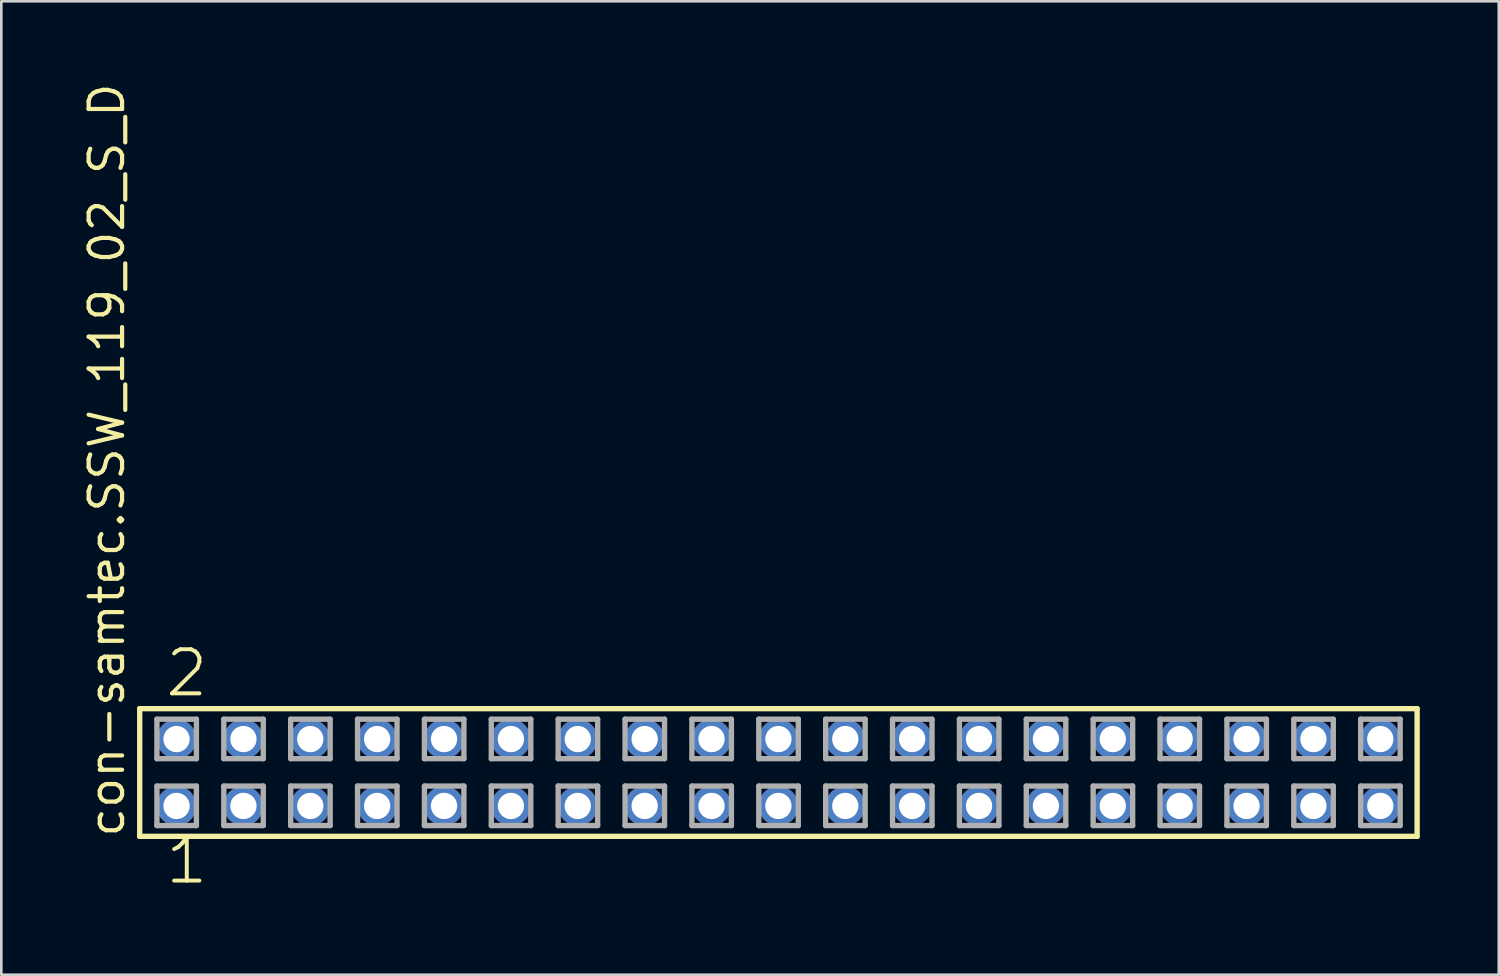
<source format=kicad_pcb>
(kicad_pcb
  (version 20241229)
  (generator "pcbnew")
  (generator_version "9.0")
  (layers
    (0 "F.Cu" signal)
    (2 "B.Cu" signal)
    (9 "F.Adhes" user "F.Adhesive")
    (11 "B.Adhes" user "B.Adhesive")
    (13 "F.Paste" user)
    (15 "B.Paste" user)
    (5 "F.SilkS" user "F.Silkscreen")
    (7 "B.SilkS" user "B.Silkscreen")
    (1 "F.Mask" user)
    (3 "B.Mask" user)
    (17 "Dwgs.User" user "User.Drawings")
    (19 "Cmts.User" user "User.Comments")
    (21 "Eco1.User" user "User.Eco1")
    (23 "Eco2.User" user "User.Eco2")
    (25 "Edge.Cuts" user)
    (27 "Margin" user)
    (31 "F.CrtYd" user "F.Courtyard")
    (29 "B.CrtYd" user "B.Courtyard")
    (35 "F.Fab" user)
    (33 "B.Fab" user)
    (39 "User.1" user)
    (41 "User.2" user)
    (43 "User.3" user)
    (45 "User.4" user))
  (footprint "con-samtec.SSW_119_02_S_D"
    (layer "F.Cu")
    (at 26.515 26.291)
    (property "Reference" "con-samtec.SSW_119_02_S_D" (at -24.765 2.54 90) (layer "F.SilkS") (effects (font (size 1.27 1.27) (thickness 0.16)) (justify left bottom)))
    (attr through_hole)
    (fp_line (start -24.259 -2.425) (end 24.259 -2.425) (stroke (width 0.203) (type default)) (layer "F.SilkS"))
    (fp_line (start -24.259 2.425) (end -24.259 -2.425) (stroke (width 0.203) (type default)) (layer "F.SilkS"))
    (fp_line (start 24.259 -2.425) (end 24.259 2.425) (stroke (width 0.203) (type default)) (layer "F.SilkS"))
    (fp_line (start 24.259 2.425) (end -24.259 2.425) (stroke (width 0.203) (type default)) (layer "F.SilkS"))
    (fp_line (start -23.605 -2.025) (end -22.105 -2.025) (stroke (width 0.203) (type default)) (layer "F.Fab"))
    (fp_line (start -23.605 -0.525) (end -23.605 -2.025) (stroke (width 0.203) (type default)) (layer "F.Fab"))
    (fp_line (start -23.605 0.515) (end -22.105 0.515) (stroke (width 0.203) (type default)) (layer "F.Fab"))
    (fp_line (start -23.605 2.015) (end -23.605 0.515) (stroke (width 0.203) (type default)) (layer "F.Fab"))
    (fp_line (start -22.105 -2.025) (end -22.105 -0.525) (stroke (width 0.203) (type default)) (layer "F.Fab"))
    (fp_line (start -22.105 -0.525) (end -23.605 -0.525) (stroke (width 0.203) (type default)) (layer "F.Fab"))
    (fp_line (start -22.105 0.515) (end -22.105 2.015) (stroke (width 0.203) (type default)) (layer "F.Fab"))
    (fp_line (start -22.105 2.015) (end -23.605 2.015) (stroke (width 0.203) (type default)) (layer "F.Fab"))
    (fp_line (start -21.065 -2.025) (end -19.565 -2.025) (stroke (width 0.203) (type default)) (layer "F.Fab"))
    (fp_line (start -21.065 -0.525) (end -21.065 -2.025) (stroke (width 0.203) (type default)) (layer "F.Fab"))
    (fp_line (start -21.065 0.515) (end -19.565 0.515) (stroke (width 0.203) (type default)) (layer "F.Fab"))
    (fp_line (start -21.065 2.015) (end -21.065 0.515) (stroke (width 0.203) (type default)) (layer "F.Fab"))
    (fp_line (start -19.565 -2.025) (end -19.565 -0.525) (stroke (width 0.203) (type default)) (layer "F.Fab"))
    (fp_line (start -19.565 -0.525) (end -21.065 -0.525) (stroke (width 0.203) (type default)) (layer "F.Fab"))
    (fp_line (start -19.565 0.515) (end -19.565 2.015) (stroke (width 0.203) (type default)) (layer "F.Fab"))
    (fp_line (start -19.565 2.015) (end -21.065 2.015) (stroke (width 0.203) (type default)) (layer "F.Fab"))
    (fp_line (start -18.525 -2.025) (end -17.025 -2.025) (stroke (width 0.203) (type default)) (layer "F.Fab"))
    (fp_line (start -18.525 -0.525) (end -18.525 -2.025) (stroke (width 0.203) (type default)) (layer "F.Fab"))
    (fp_line (start -18.525 0.515) (end -17.025 0.515) (stroke (width 0.203) (type default)) (layer "F.Fab"))
    (fp_line (start -18.525 2.015) (end -18.525 0.515) (stroke (width 0.203) (type default)) (layer "F.Fab"))
    (fp_line (start -17.025 -2.025) (end -17.025 -0.525) (stroke (width 0.203) (type default)) (layer "F.Fab"))
    (fp_line (start -17.025 -0.525) (end -18.525 -0.525) (stroke (width 0.203) (type default)) (layer "F.Fab"))
    (fp_line (start -17.025 0.515) (end -17.025 2.015) (stroke (width 0.203) (type default)) (layer "F.Fab"))
    (fp_line (start -17.025 2.015) (end -18.525 2.015) (stroke (width 0.203) (type default)) (layer "F.Fab"))
    (fp_line (start -15.985 -2.025) (end -14.485 -2.025) (stroke (width 0.203) (type default)) (layer "F.Fab"))
    (fp_line (start -15.985 -0.525) (end -15.985 -2.025) (stroke (width 0.203) (type default)) (layer "F.Fab"))
    (fp_line (start -15.985 0.515) (end -14.485 0.515) (stroke (width 0.203) (type default)) (layer "F.Fab"))
    (fp_line (start -15.985 2.015) (end -15.985 0.515) (stroke (width 0.203) (type default)) (layer "F.Fab"))
    (fp_line (start -14.485 -2.025) (end -14.485 -0.525) (stroke (width 0.203) (type default)) (layer "F.Fab"))
    (fp_line (start -14.485 -0.525) (end -15.985 -0.525) (stroke (width 0.203) (type default)) (layer "F.Fab"))
    (fp_line (start -14.485 0.515) (end -14.485 2.015) (stroke (width 0.203) (type default)) (layer "F.Fab"))
    (fp_line (start -14.485 2.015) (end -15.985 2.015) (stroke (width 0.203) (type default)) (layer "F.Fab"))
    (fp_line (start -13.445 -2.025) (end -11.945 -2.025) (stroke (width 0.203) (type default)) (layer "F.Fab"))
    (fp_line (start -13.445 -0.525) (end -13.445 -2.025) (stroke (width 0.203) (type default)) (layer "F.Fab"))
    (fp_line (start -13.445 0.515) (end -11.945 0.515) (stroke (width 0.203) (type default)) (layer "F.Fab"))
    (fp_line (start -13.445 2.015) (end -13.445 0.515) (stroke (width 0.203) (type default)) (layer "F.Fab"))
    (fp_line (start -11.945 -2.025) (end -11.945 -0.525) (stroke (width 0.203) (type default)) (layer "F.Fab"))
    (fp_line (start -11.945 -0.525) (end -13.445 -0.525) (stroke (width 0.203) (type default)) (layer "F.Fab"))
    (fp_line (start -11.945 0.515) (end -11.945 2.015) (stroke (width 0.203) (type default)) (layer "F.Fab"))
    (fp_line (start -11.945 2.015) (end -13.445 2.015) (stroke (width 0.203) (type default)) (layer "F.Fab"))
    (fp_line (start -10.905 -2.025) (end -9.405 -2.025) (stroke (width 0.203) (type default)) (layer "F.Fab"))
    (fp_line (start -10.905 -0.525) (end -10.905 -2.025) (stroke (width 0.203) (type default)) (layer "F.Fab"))
    (fp_line (start -10.905 0.515) (end -9.405 0.515) (stroke (width 0.203) (type default)) (layer "F.Fab"))
    (fp_line (start -10.905 2.015) (end -10.905 0.515) (stroke (width 0.203) (type default)) (layer "F.Fab"))
    (fp_line (start -9.405 -2.025) (end -9.405 -0.525) (stroke (width 0.203) (type default)) (layer "F.Fab"))
    (fp_line (start -9.405 -0.525) (end -10.905 -0.525) (stroke (width 0.203) (type default)) (layer "F.Fab"))
    (fp_line (start -9.405 0.515) (end -9.405 2.015) (stroke (width 0.203) (type default)) (layer "F.Fab"))
    (fp_line (start -9.405 2.015) (end -10.905 2.015) (stroke (width 0.203) (type default)) (layer "F.Fab"))
    (fp_line (start -8.365 -2.025) (end -6.865 -2.025) (stroke (width 0.203) (type default)) (layer "F.Fab"))
    (fp_line (start -8.365 -0.525) (end -8.365 -2.025) (stroke (width 0.203) (type default)) (layer "F.Fab"))
    (fp_line (start -8.365 0.515) (end -6.865 0.515) (stroke (width 0.203) (type default)) (layer "F.Fab"))
    (fp_line (start -8.365 2.015) (end -8.365 0.515) (stroke (width 0.203) (type default)) (layer "F.Fab"))
    (fp_line (start -6.865 -2.025) (end -6.865 -0.525) (stroke (width 0.203) (type default)) (layer "F.Fab"))
    (fp_line (start -6.865 -0.525) (end -8.365 -0.525) (stroke (width 0.203) (type default)) (layer "F.Fab"))
    (fp_line (start -6.865 0.515) (end -6.865 2.015) (stroke (width 0.203) (type default)) (layer "F.Fab"))
    (fp_line (start -6.865 2.015) (end -8.365 2.015) (stroke (width 0.203) (type default)) (layer "F.Fab"))
    (fp_line (start -5.825 -2.025) (end -4.325 -2.025) (stroke (width 0.203) (type default)) (layer "F.Fab"))
    (fp_line (start -5.825 -0.525) (end -5.825 -2.025) (stroke (width 0.203) (type default)) (layer "F.Fab"))
    (fp_line (start -5.825 0.515) (end -4.325 0.515) (stroke (width 0.203) (type default)) (layer "F.Fab"))
    (fp_line (start -5.825 2.015) (end -5.825 0.515) (stroke (width 0.203) (type default)) (layer "F.Fab"))
    (fp_line (start -4.325 -2.025) (end -4.325 -0.525) (stroke (width 0.203) (type default)) (layer "F.Fab"))
    (fp_line (start -4.325 -0.525) (end -5.825 -0.525) (stroke (width 0.203) (type default)) (layer "F.Fab"))
    (fp_line (start -4.325 0.515) (end -4.325 2.015) (stroke (width 0.203) (type default)) (layer "F.Fab"))
    (fp_line (start -4.325 2.015) (end -5.825 2.015) (stroke (width 0.203) (type default)) (layer "F.Fab"))
    (fp_line (start -3.285 -2.025) (end -1.785 -2.025) (stroke (width 0.203) (type default)) (layer "F.Fab"))
    (fp_line (start -3.285 -0.525) (end -3.285 -2.025) (stroke (width 0.203) (type default)) (layer "F.Fab"))
    (fp_line (start -3.285 0.515) (end -1.785 0.515) (stroke (width 0.203) (type default)) (layer "F.Fab"))
    (fp_line (start -3.285 2.015) (end -3.285 0.515) (stroke (width 0.203) (type default)) (layer "F.Fab"))
    (fp_line (start -1.785 -2.025) (end -1.785 -0.525) (stroke (width 0.203) (type default)) (layer "F.Fab"))
    (fp_line (start -1.785 -0.525) (end -3.285 -0.525) (stroke (width 0.203) (type default)) (layer "F.Fab"))
    (fp_line (start -1.785 0.515) (end -1.785 2.015) (stroke (width 0.203) (type default)) (layer "F.Fab"))
    (fp_line (start -1.785 2.015) (end -3.285 2.015) (stroke (width 0.203) (type default)) (layer "F.Fab"))
    (fp_line (start -0.745 -2.025) (end 0.755 -2.025) (stroke (width 0.203) (type default)) (layer "F.Fab"))
    (fp_line (start -0.745 -0.525) (end -0.745 -2.025) (stroke (width 0.203) (type default)) (layer "F.Fab"))
    (fp_line (start -0.745 0.515) (end 0.755 0.515) (stroke (width 0.203) (type default)) (layer "F.Fab"))
    (fp_line (start -0.745 2.015) (end -0.745 0.515) (stroke (width 0.203) (type default)) (layer "F.Fab"))
    (fp_line (start 0.755 -2.025) (end 0.755 -0.525) (stroke (width 0.203) (type default)) (layer "F.Fab"))
    (fp_line (start 0.755 -0.525) (end -0.745 -0.525) (stroke (width 0.203) (type default)) (layer "F.Fab"))
    (fp_line (start 0.755 0.515) (end 0.755 2.015) (stroke (width 0.203) (type default)) (layer "F.Fab"))
    (fp_line (start 0.755 2.015) (end -0.745 2.015) (stroke (width 0.203) (type default)) (layer "F.Fab"))
    (fp_line (start 1.795 -2.025) (end 3.295 -2.025) (stroke (width 0.203) (type default)) (layer "F.Fab"))
    (fp_line (start 1.795 -0.525) (end 1.795 -2.025) (stroke (width 0.203) (type default)) (layer "F.Fab"))
    (fp_line (start 1.795 0.515) (end 3.295 0.515) (stroke (width 0.203) (type default)) (layer "F.Fab"))
    (fp_line (start 1.795 2.015) (end 1.795 0.515) (stroke (width 0.203) (type default)) (layer "F.Fab"))
    (fp_line (start 3.295 -2.025) (end 3.295 -0.525) (stroke (width 0.203) (type default)) (layer "F.Fab"))
    (fp_line (start 3.295 -0.525) (end 1.795 -0.525) (stroke (width 0.203) (type default)) (layer "F.Fab"))
    (fp_line (start 3.295 0.515) (end 3.295 2.015) (stroke (width 0.203) (type default)) (layer "F.Fab"))
    (fp_line (start 3.295 2.015) (end 1.795 2.015) (stroke (width 0.203) (type default)) (layer "F.Fab"))
    (fp_line (start 4.335 -2.025) (end 5.835 -2.025) (stroke (width 0.203) (type default)) (layer "F.Fab"))
    (fp_line (start 4.335 -0.525) (end 4.335 -2.025) (stroke (width 0.203) (type default)) (layer "F.Fab"))
    (fp_line (start 4.335 0.515) (end 5.835 0.515) (stroke (width 0.203) (type default)) (layer "F.Fab"))
    (fp_line (start 4.335 2.015) (end 4.335 0.515) (stroke (width 0.203) (type default)) (layer "F.Fab"))
    (fp_line (start 5.835 -2.025) (end 5.835 -0.525) (stroke (width 0.203) (type default)) (layer "F.Fab"))
    (fp_line (start 5.835 -0.525) (end 4.335 -0.525) (stroke (width 0.203) (type default)) (layer "F.Fab"))
    (fp_line (start 5.835 0.515) (end 5.835 2.015) (stroke (width 0.203) (type default)) (layer "F.Fab"))
    (fp_line (start 5.835 2.015) (end 4.335 2.015) (stroke (width 0.203) (type default)) (layer "F.Fab"))
    (fp_line (start 6.875 -2.025) (end 8.375 -2.025) (stroke (width 0.203) (type default)) (layer "F.Fab"))
    (fp_line (start 6.875 -0.525) (end 6.875 -2.025) (stroke (width 0.203) (type default)) (layer "F.Fab"))
    (fp_line (start 6.875 0.515) (end 8.375 0.515) (stroke (width 0.203) (type default)) (layer "F.Fab"))
    (fp_line (start 6.875 2.015) (end 6.875 0.515) (stroke (width 0.203) (type default)) (layer "F.Fab"))
    (fp_line (start 8.375 -2.025) (end 8.375 -0.525) (stroke (width 0.203) (type default)) (layer "F.Fab"))
    (fp_line (start 8.375 -0.525) (end 6.875 -0.525) (stroke (width 0.203) (type default)) (layer "F.Fab"))
    (fp_line (start 8.375 0.515) (end 8.375 2.015) (stroke (width 0.203) (type default)) (layer "F.Fab"))
    (fp_line (start 8.375 2.015) (end 6.875 2.015) (stroke (width 0.203) (type default)) (layer "F.Fab"))
    (fp_line (start 9.415 -2.025) (end 10.915 -2.025) (stroke (width 0.203) (type default)) (layer "F.Fab"))
    (fp_line (start 9.415 -0.525) (end 9.415 -2.025) (stroke (width 0.203) (type default)) (layer "F.Fab"))
    (fp_line (start 9.415 0.515) (end 10.915 0.515) (stroke (width 0.203) (type default)) (layer "F.Fab"))
    (fp_line (start 9.415 2.015) (end 9.415 0.515) (stroke (width 0.203) (type default)) (layer "F.Fab"))
    (fp_line (start 10.915 -2.025) (end 10.915 -0.525) (stroke (width 0.203) (type default)) (layer "F.Fab"))
    (fp_line (start 10.915 -0.525) (end 9.415 -0.525) (stroke (width 0.203) (type default)) (layer "F.Fab"))
    (fp_line (start 10.915 0.515) (end 10.915 2.015) (stroke (width 0.203) (type default)) (layer "F.Fab"))
    (fp_line (start 10.915 2.015) (end 9.415 2.015) (stroke (width 0.203) (type default)) (layer "F.Fab"))
    (fp_line (start 11.955 -2.025) (end 13.455 -2.025) (stroke (width 0.203) (type default)) (layer "F.Fab"))
    (fp_line (start 11.955 -0.525) (end 11.955 -2.025) (stroke (width 0.203) (type default)) (layer "F.Fab"))
    (fp_line (start 11.955 0.515) (end 13.455 0.515) (stroke (width 0.203) (type default)) (layer "F.Fab"))
    (fp_line (start 11.955 2.015) (end 11.955 0.515) (stroke (width 0.203) (type default)) (layer "F.Fab"))
    (fp_line (start 13.455 -2.025) (end 13.455 -0.525) (stroke (width 0.203) (type default)) (layer "F.Fab"))
    (fp_line (start 13.455 -0.525) (end 11.955 -0.525) (stroke (width 0.203) (type default)) (layer "F.Fab"))
    (fp_line (start 13.455 0.515) (end 13.455 2.015) (stroke (width 0.203) (type default)) (layer "F.Fab"))
    (fp_line (start 13.455 2.015) (end 11.955 2.015) (stroke (width 0.203) (type default)) (layer "F.Fab"))
    (fp_line (start 14.495 -2.025) (end 15.995 -2.025) (stroke (width 0.203) (type default)) (layer "F.Fab"))
    (fp_line (start 14.495 -0.525) (end 14.495 -2.025) (stroke (width 0.203) (type default)) (layer "F.Fab"))
    (fp_line (start 14.495 0.515) (end 15.995 0.515) (stroke (width 0.203) (type default)) (layer "F.Fab"))
    (fp_line (start 14.495 2.015) (end 14.495 0.515) (stroke (width 0.203) (type default)) (layer "F.Fab"))
    (fp_line (start 15.995 -2.025) (end 15.995 -0.525) (stroke (width 0.203) (type default)) (layer "F.Fab"))
    (fp_line (start 15.995 -0.525) (end 14.495 -0.525) (stroke (width 0.203) (type default)) (layer "F.Fab"))
    (fp_line (start 15.995 0.515) (end 15.995 2.015) (stroke (width 0.203) (type default)) (layer "F.Fab"))
    (fp_line (start 15.995 2.015) (end 14.495 2.015) (stroke (width 0.203) (type default)) (layer "F.Fab"))
    (fp_line (start 17.035 -2.025) (end 18.535 -2.025) (stroke (width 0.203) (type default)) (layer "F.Fab"))
    (fp_line (start 17.035 -0.525) (end 17.035 -2.025) (stroke (width 0.203) (type default)) (layer "F.Fab"))
    (fp_line (start 17.035 0.515) (end 18.535 0.515) (stroke (width 0.203) (type default)) (layer "F.Fab"))
    (fp_line (start 17.035 2.015) (end 17.035 0.515) (stroke (width 0.203) (type default)) (layer "F.Fab"))
    (fp_line (start 18.535 -2.025) (end 18.535 -0.525) (stroke (width 0.203) (type default)) (layer "F.Fab"))
    (fp_line (start 18.535 -0.525) (end 17.035 -0.525) (stroke (width 0.203) (type default)) (layer "F.Fab"))
    (fp_line (start 18.535 0.515) (end 18.535 2.015) (stroke (width 0.203) (type default)) (layer "F.Fab"))
    (fp_line (start 18.535 2.015) (end 17.035 2.015) (stroke (width 0.203) (type default)) (layer "F.Fab"))
    (fp_line (start 19.575 -2.025) (end 21.075 -2.025) (stroke (width 0.203) (type default)) (layer "F.Fab"))
    (fp_line (start 19.575 -0.525) (end 19.575 -2.025) (stroke (width 0.203) (type default)) (layer "F.Fab"))
    (fp_line (start 19.575 0.515) (end 21.075 0.515) (stroke (width 0.203) (type default)) (layer "F.Fab"))
    (fp_line (start 19.575 2.015) (end 19.575 0.515) (stroke (width 0.203) (type default)) (layer "F.Fab"))
    (fp_line (start 21.075 -2.025) (end 21.075 -0.525) (stroke (width 0.203) (type default)) (layer "F.Fab"))
    (fp_line (start 21.075 -0.525) (end 19.575 -0.525) (stroke (width 0.203) (type default)) (layer "F.Fab"))
    (fp_line (start 21.075 0.515) (end 21.075 2.015) (stroke (width 0.203) (type default)) (layer "F.Fab"))
    (fp_line (start 21.075 2.015) (end 19.575 2.015) (stroke (width 0.203) (type default)) (layer "F.Fab"))
    (fp_line (start 22.115 -2.025) (end 23.615 -2.025) (stroke (width 0.203) (type default)) (layer "F.Fab"))
    (fp_line (start 22.115 -0.525) (end 22.115 -2.025) (stroke (width 0.203) (type default)) (layer "F.Fab"))
    (fp_line (start 22.115 0.515) (end 23.615 0.515) (stroke (width 0.203) (type default)) (layer "F.Fab"))
    (fp_line (start 22.115 2.015) (end 22.115 0.515) (stroke (width 0.203) (type default)) (layer "F.Fab"))
    (fp_line (start 23.615 -2.025) (end 23.615 -0.525) (stroke (width 0.203) (type default)) (layer "F.Fab"))
    (fp_line (start 23.615 -0.525) (end 22.115 -0.525) (stroke (width 0.203) (type default)) (layer "F.Fab"))
    (fp_line (start 23.615 0.515) (end 23.615 2.015) (stroke (width 0.203) (type default)) (layer "F.Fab"))
    (fp_line (start 23.615 2.015) (end 22.115 2.015) (stroke (width 0.203) (type default)) (layer "F.Fab"))
    (fp_text user "2" (at -23.368 -2.794 0) (layer "F.SilkS") (effects (font (size 1.676 1.676) (thickness 0.15)) (justify left bottom)))
    (fp_text user "1" (at -23.368 4.318 0) (layer "F.SilkS") (effects (font (size 1.676 1.676) (thickness 0.15)) (justify left bottom)))
    (pad "1" thru_hole circle (at -22.86 1.27) (size 1.5 1.5) (drill 1) (layers "*.Cu" "*.Mask"))
    (pad "2" thru_hole circle (at -22.86 -1.27) (size 1.5 1.5) (drill 1) (layers "*.Cu" "*.Mask"))
    (pad "3" thru_hole circle (at -20.32 1.27) (size 1.5 1.5) (drill 1) (layers "*.Cu" "*.Mask"))
    (pad "4" thru_hole circle (at -20.32 -1.27) (size 1.5 1.5) (drill 1) (layers "*.Cu" "*.Mask"))
    (pad "5" thru_hole circle (at -17.78 1.27) (size 1.5 1.5) (drill 1) (layers "*.Cu" "*.Mask"))
    (pad "6" thru_hole circle (at -17.78 -1.27) (size 1.5 1.5) (drill 1) (layers "*.Cu" "*.Mask"))
    (pad "7" thru_hole circle (at -15.24 1.27) (size 1.5 1.5) (drill 1) (layers "*.Cu" "*.Mask"))
    (pad "8" thru_hole circle (at -15.24 -1.27) (size 1.5 1.5) (drill 1) (layers "*.Cu" "*.Mask"))
    (pad "9" thru_hole circle (at -12.7 1.27) (size 1.5 1.5) (drill 1) (layers "*.Cu" "*.Mask"))
    (pad "10" thru_hole circle (at -12.7 -1.27) (size 1.5 1.5) (drill 1) (layers "*.Cu" "*.Mask"))
    (pad "11" thru_hole circle (at -10.16 1.27) (size 1.5 1.5) (drill 1) (layers "*.Cu" "*.Mask"))
    (pad "12" thru_hole circle (at -10.16 -1.27) (size 1.5 1.5) (drill 1) (layers "*.Cu" "*.Mask"))
    (pad "13" thru_hole circle (at -7.62 1.27) (size 1.5 1.5) (drill 1) (layers "*.Cu" "*.Mask"))
    (pad "14" thru_hole circle (at -7.62 -1.27) (size 1.5 1.5) (drill 1) (layers "*.Cu" "*.Mask"))
    (pad "15" thru_hole circle (at -5.08 1.27) (size 1.5 1.5) (drill 1) (layers "*.Cu" "*.Mask"))
    (pad "16" thru_hole circle (at -5.08 -1.27) (size 1.5 1.5) (drill 1) (layers "*.Cu" "*.Mask"))
    (pad "17" thru_hole circle (at -2.54 1.27) (size 1.5 1.5) (drill 1) (layers "*.Cu" "*.Mask"))
    (pad "18" thru_hole circle (at -2.54 -1.27) (size 1.5 1.5) (drill 1) (layers "*.Cu" "*.Mask"))
    (pad "19" thru_hole circle (at 0 1.27) (size 1.5 1.5) (drill 1) (layers "*.Cu" "*.Mask"))
    (pad "20" thru_hole circle (at 0 -1.27) (size 1.5 1.5) (drill 1) (layers "*.Cu" "*.Mask"))
    (pad "21" thru_hole circle (at 2.54 1.27) (size 1.5 1.5) (drill 1) (layers "*.Cu" "*.Mask"))
    (pad "22" thru_hole circle (at 2.54 -1.27) (size 1.5 1.5) (drill 1) (layers "*.Cu" "*.Mask"))
    (pad "23" thru_hole circle (at 5.08 1.27) (size 1.5 1.5) (drill 1) (layers "*.Cu" "*.Mask"))
    (pad "24" thru_hole circle (at 5.08 -1.27) (size 1.5 1.5) (drill 1) (layers "*.Cu" "*.Mask"))
    (pad "25" thru_hole circle (at 7.62 1.27) (size 1.5 1.5) (drill 1) (layers "*.Cu" "*.Mask"))
    (pad "26" thru_hole circle (at 7.62 -1.27) (size 1.5 1.5) (drill 1) (layers "*.Cu" "*.Mask"))
    (pad "27" thru_hole circle (at 10.16 1.27) (size 1.5 1.5) (drill 1) (layers "*.Cu" "*.Mask"))
    (pad "28" thru_hole circle (at 10.16 -1.27) (size 1.5 1.5) (drill 1) (layers "*.Cu" "*.Mask"))
    (pad "29" thru_hole circle (at 12.7 1.27) (size 1.5 1.5) (drill 1) (layers "*.Cu" "*.Mask"))
    (pad "30" thru_hole circle (at 12.7 -1.27) (size 1.5 1.5) (drill 1) (layers "*.Cu" "*.Mask"))
    (pad "31" thru_hole circle (at 15.24 1.27) (size 1.5 1.5) (drill 1) (layers "*.Cu" "*.Mask"))
    (pad "32" thru_hole circle (at 15.24 -1.27) (size 1.5 1.5) (drill 1) (layers "*.Cu" "*.Mask"))
    (pad "33" thru_hole circle (at 17.78 1.27) (size 1.5 1.5) (drill 1) (layers "*.Cu" "*.Mask"))
    (pad "34" thru_hole circle (at 17.78 -1.27) (size 1.5 1.5) (drill 1) (layers "*.Cu" "*.Mask"))
    (pad "35" thru_hole circle (at 20.32 1.27) (size 1.5 1.5) (drill 1) (layers "*.Cu" "*.Mask"))
    (pad "36" thru_hole circle (at 20.32 -1.27) (size 1.5 1.5) (drill 1) (layers "*.Cu" "*.Mask"))
    (pad "37" thru_hole circle (at 22.86 1.27) (size 1.5 1.5) (drill 1) (layers "*.Cu" "*.Mask"))
    (pad "38" thru_hole circle (at 22.86 -1.27) (size 1.5 1.5) (drill 1) (layers "*.Cu" "*.Mask")))
  (gr_rect
    (start -3 -3)
    (end 53.876 33.971)
    (stroke (width 0.1) (type default))
    (fill no)
    (layer "Edge.Cuts")))
</source>
